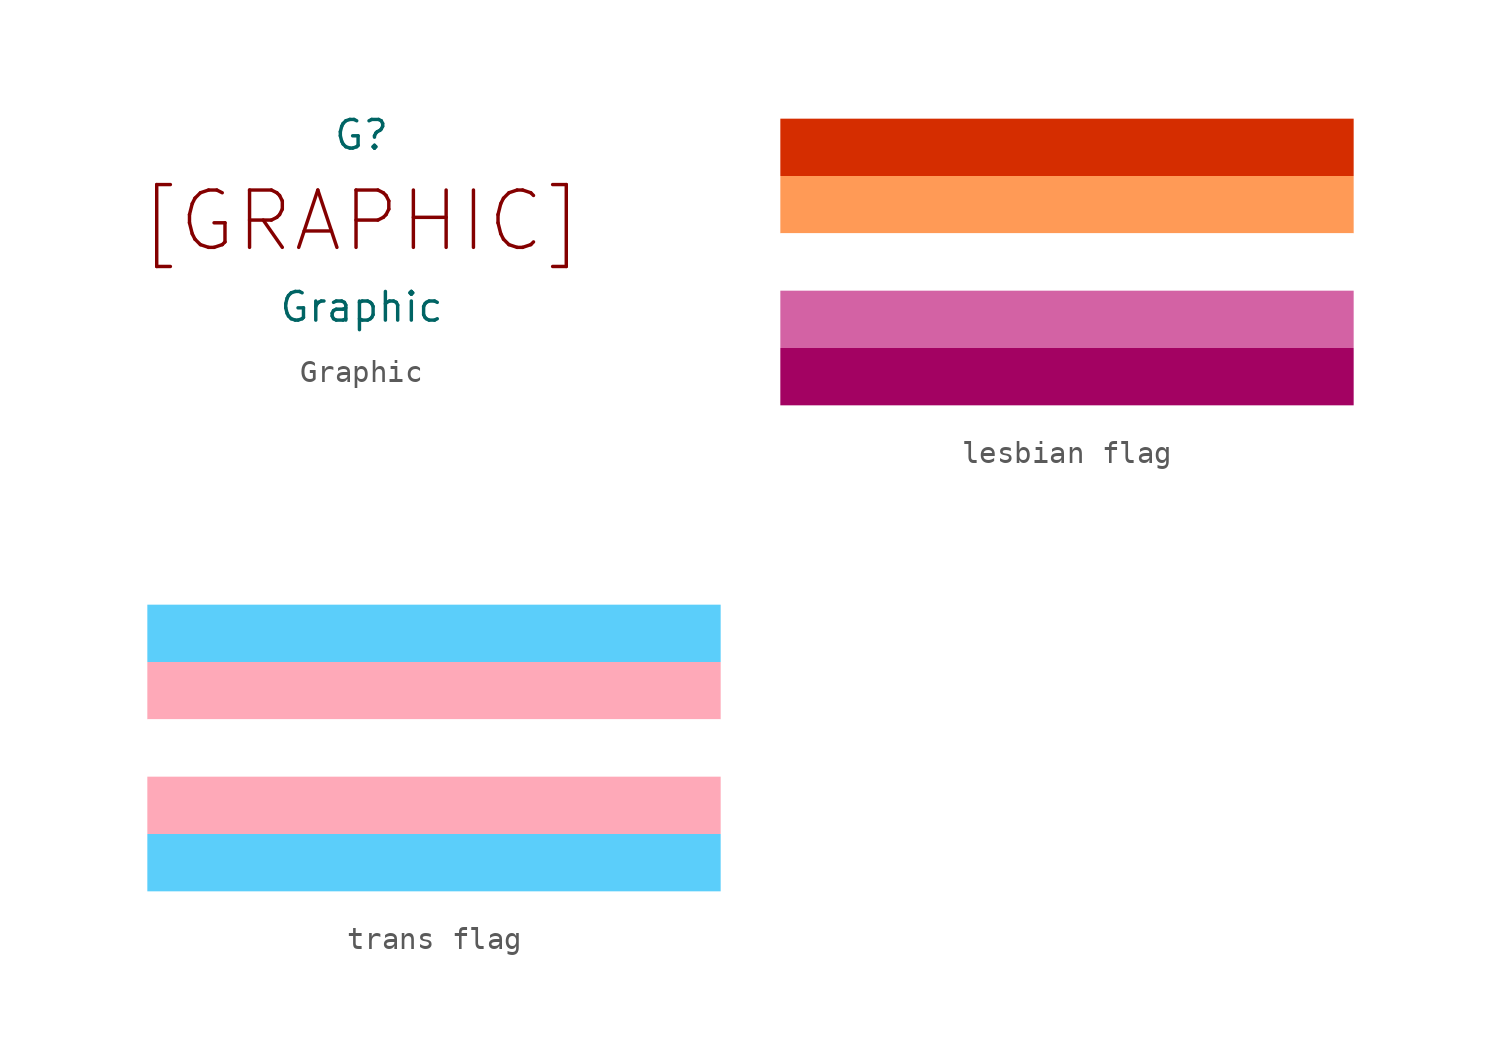
<source format=kicad_sym>
(kicad_symbol_lib
  (version 20220914)
  (generator kicad_symbol_editor)
  (symbol "Graphic"
    (property "Reference" "G"
      (at 0 3.81 0)
      (effects (font (size 1.27 1.27))))
    (property "Value" "Graphic"
      (at 0 -3.81 0)
      (effects (font (size 1.27 1.27))))
    (symbol "Graphic_0_0"
      (text "[GRAPHIC]" (at 0 0 0) (effects (font (size 2.54 2.54))))))
  (symbol "lesbian flag"
    (pin_numbers hide)
    (pin_names
      (offset 0) hide)
    (property "Reference" "G"
      (at 0 -7.62 0)
      (effects (font (size 1.27 1.27)) hide))
    (symbol "lesbian flag_1_1"
      (rectangle (start -12.7 -3.81) (end 12.7 -6.35) (stroke (width -0.0001) (type default)) (fill (type color) (color 163 2 98 1)))
      (rectangle (start -12.7 -1.27) (end 12.7 -3.81) (stroke (width -0.0001) (type default)) (fill (type color) (color 211 98 164 1)))
      (rectangle (start -12.7 1.27) (end 12.7 -1.27) (stroke (width -0.0001) (type default)) (fill (type color) (color 255 255 255 1)))
      (rectangle (start -12.7 3.81) (end 12.7 1.27) (stroke (width -0.0001) (type default)) (fill (type color) (color 255 154 86 1)))
      (rectangle (start -12.7 6.35) (end 12.7 3.81) (stroke (width -0.0001) (type default)) (fill (type color) (color 213 45 0 1)))))
  (symbol "trans flag"
    (pin_numbers hide)
    (pin_names
      (offset 0) hide)
    (property "Reference" "G"
      (at 0 -7.62 0)
      (effects (font (size 1.27 1.27)) hide))
    (symbol "trans flag_1_1"
      (rectangle (start -12.7 -3.81) (end 12.7 -6.35) (stroke (width -0.0001) (type default)) (fill (type color) (color 91 206 250 1)))
      (rectangle (start -12.7 -1.27) (end 12.7 -3.81) (stroke (width -0.0001) (type default)) (fill (type color) (color 254 169 184 1)))
      (rectangle (start -12.7 1.27) (end 12.7 -1.27) (stroke (width -0.0001) (type default)) (fill (type color) (color 255 255 255 1)))
      (rectangle (start -12.7 3.81) (end 12.7 1.27) (stroke (width -0.0001) (type default)) (fill (type color) (color 254 169 184 1)))
      (rectangle (start -12.7 6.35) (end 12.7 3.81) (stroke (width -0.0001) (type default)) (fill (type color) (color 91 206 250 1))))))
</source>
